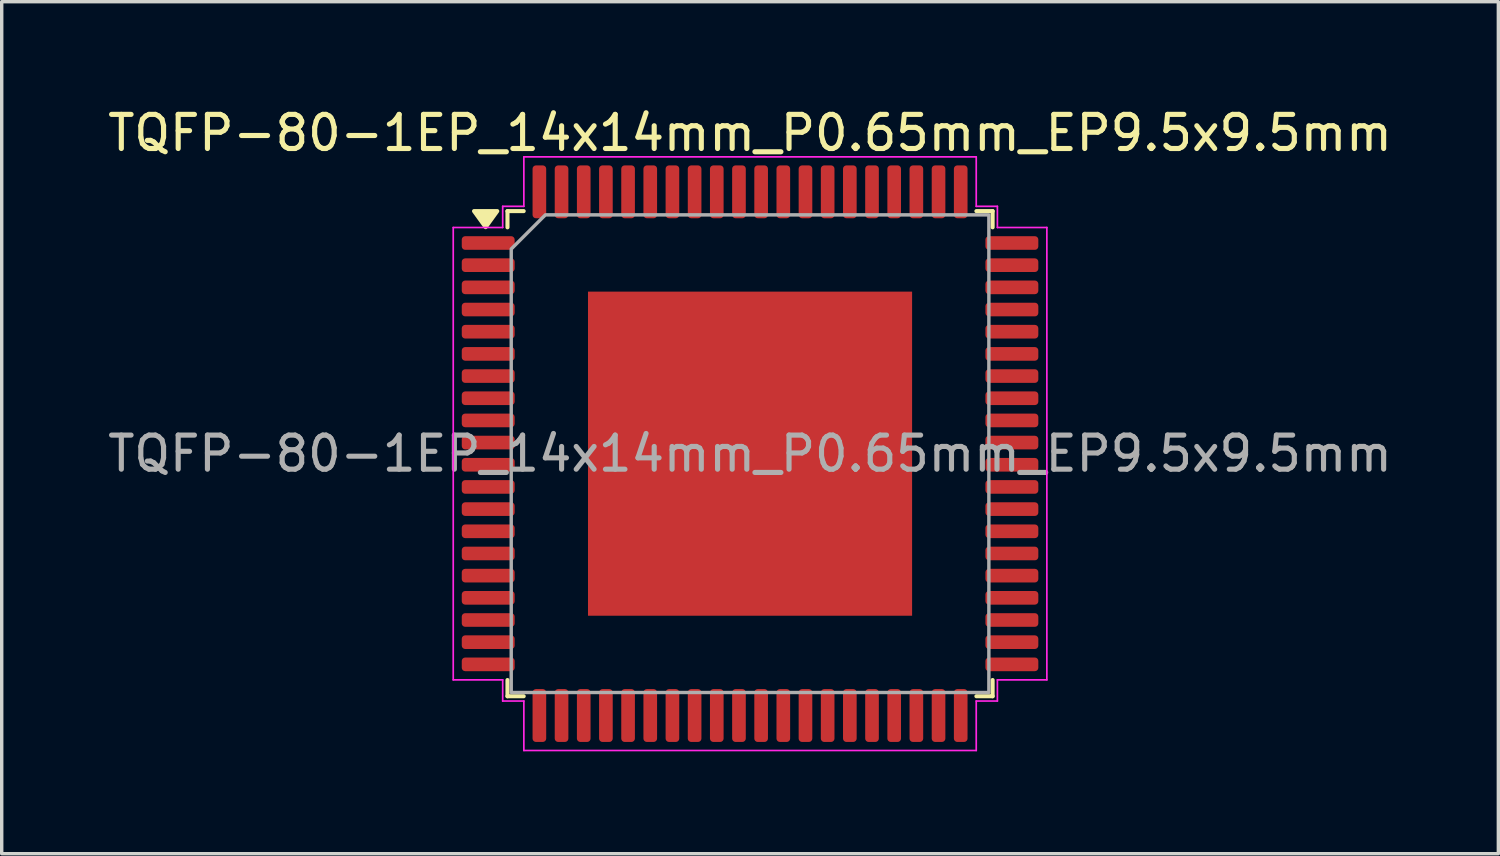
<source format=kicad_pcb>
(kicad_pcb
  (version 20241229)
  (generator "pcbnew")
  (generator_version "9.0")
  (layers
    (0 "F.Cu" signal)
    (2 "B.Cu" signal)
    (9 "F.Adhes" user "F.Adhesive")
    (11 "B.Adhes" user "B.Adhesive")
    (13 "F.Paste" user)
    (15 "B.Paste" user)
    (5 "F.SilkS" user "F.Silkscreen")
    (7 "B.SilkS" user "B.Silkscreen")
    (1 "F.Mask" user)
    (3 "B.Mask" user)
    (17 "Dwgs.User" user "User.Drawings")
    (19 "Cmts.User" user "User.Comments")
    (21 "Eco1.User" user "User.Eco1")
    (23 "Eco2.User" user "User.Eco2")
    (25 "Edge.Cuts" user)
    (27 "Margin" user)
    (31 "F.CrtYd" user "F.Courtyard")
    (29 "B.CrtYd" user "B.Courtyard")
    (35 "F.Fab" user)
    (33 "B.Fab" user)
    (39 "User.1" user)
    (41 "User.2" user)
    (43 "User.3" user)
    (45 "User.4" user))
  (footprint "TQFP-80-1EP_14x14mm_P0.65mm_EP9.5x9.5mm"
    (layer "F.Cu")
    (at 18.935 10.248)
    (property "Reference" "TQFP-80-1EP_14x14mm_P0.65mm_EP9.5x9.5mm" (at 0 -9.4 0) (layer "F.SilkS") (effects (font (size 1 1) (thickness 0.15))))
    (attr smd)
    (fp_line (start -7.11 -7.11) (end -6.635 -7.11) (stroke (width 0.12) (type solid)) (layer "F.SilkS"))
    (fp_line (start -7.11 -6.635) (end -7.11 -7.11) (stroke (width 0.12) (type solid)) (layer "F.SilkS"))
    (fp_line (start -7.11 7.11) (end -7.11 6.635) (stroke (width 0.12) (type solid)) (layer "F.SilkS"))
    (fp_line (start -6.635 7.11) (end -7.11 7.11) (stroke (width 0.12) (type solid)) (layer "F.SilkS"))
    (fp_line (start 6.635 -7.11) (end 7.11 -7.11) (stroke (width 0.12) (type solid)) (layer "F.SilkS"))
    (fp_line (start 7.11 -7.11) (end 7.11 -6.635) (stroke (width 0.12) (type solid)) (layer "F.SilkS"))
    (fp_line (start 7.11 6.635) (end 7.11 7.11) (stroke (width 0.12) (type solid)) (layer "F.SilkS"))
    (fp_line (start 7.11 7.11) (end 6.635 7.11) (stroke (width 0.12) (type solid)) (layer "F.SilkS"))
    (fp_poly (pts (xy -7.75 -6.64) (xy -8.09 -7.11) (xy -7.41 -7.11)) (stroke (width 0.12) (type solid)) (fill yes) (layer "F.SilkS"))
    (fp_line (start -8.7 -6.63) (end -7.25 -6.63) (stroke (width 0.05) (type solid)) (layer "F.CrtYd"))
    (fp_line (start -8.7 6.63) (end -8.7 -6.63) (stroke (width 0.05) (type solid)) (layer "F.CrtYd"))
    (fp_line (start -7.25 -7.25) (end -6.63 -7.25) (stroke (width 0.05) (type solid)) (layer "F.CrtYd"))
    (fp_line (start -7.25 -6.63) (end -7.25 -7.25) (stroke (width 0.05) (type solid)) (layer "F.CrtYd"))
    (fp_line (start -7.25 6.63) (end -8.7 6.63) (stroke (width 0.05) (type solid)) (layer "F.CrtYd"))
    (fp_line (start -7.25 7.25) (end -7.25 6.63) (stroke (width 0.05) (type solid)) (layer "F.CrtYd"))
    (fp_line (start -6.63 -8.7) (end 6.63 -8.7) (stroke (width 0.05) (type solid)) (layer "F.CrtYd"))
    (fp_line (start -6.63 -7.25) (end -6.63 -8.7) (stroke (width 0.05) (type solid)) (layer "F.CrtYd"))
    (fp_line (start -6.63 7.25) (end -7.25 7.25) (stroke (width 0.05) (type solid)) (layer "F.CrtYd"))
    (fp_line (start -6.63 8.7) (end -6.63 7.25) (stroke (width 0.05) (type solid)) (layer "F.CrtYd"))
    (fp_line (start 6.63 -8.7) (end 6.63 -7.25) (stroke (width 0.05) (type solid)) (layer "F.CrtYd"))
    (fp_line (start 6.63 -7.25) (end 7.25 -7.25) (stroke (width 0.05) (type solid)) (layer "F.CrtYd"))
    (fp_line (start 6.63 7.25) (end 6.63 8.7) (stroke (width 0.05) (type solid)) (layer "F.CrtYd"))
    (fp_line (start 6.63 8.7) (end -6.63 8.7) (stroke (width 0.05) (type solid)) (layer "F.CrtYd"))
    (fp_line (start 7.25 -7.25) (end 7.25 -6.63) (stroke (width 0.05) (type solid)) (layer "F.CrtYd"))
    (fp_line (start 7.25 -6.63) (end 8.7 -6.63) (stroke (width 0.05) (type solid)) (layer "F.CrtYd"))
    (fp_line (start 7.25 6.63) (end 7.25 7.25) (stroke (width 0.05) (type solid)) (layer "F.CrtYd"))
    (fp_line (start 7.25 7.25) (end 6.63 7.25) (stroke (width 0.05) (type solid)) (layer "F.CrtYd"))
    (fp_line (start 8.7 -6.63) (end 8.7 6.63) (stroke (width 0.05) (type solid)) (layer "F.CrtYd"))
    (fp_line (start 8.7 6.63) (end 7.25 6.63) (stroke (width 0.05) (type solid)) (layer "F.CrtYd"))
    (fp_poly (pts (xy -7 -6) (xy -7 7) (xy 7 7) (xy 7 -7) (xy -6 -7)) (stroke (width 0.1) (type solid)) (fill no) (layer "F.Fab"))
    (fp_text user "${REFERENCE}" (at 0 0 0) (layer "F.Fab") (effects (font (size 1 1) (thickness 0.15))))
    (pad "" smd roundrect (at -3.95 -3.95) (size 1.28 1.28) (layers "F.Paste") (roundrect_rratio 0.195))
    (pad "" smd roundrect (at -3.95 -2.37) (size 1.28 1.28) (layers "F.Paste") (roundrect_rratio 0.195))
    (pad "" smd roundrect (at -3.95 -0.79) (size 1.28 1.28) (layers "F.Paste") (roundrect_rratio 0.195))
    (pad "" smd roundrect (at -3.95 0.79) (size 1.28 1.28) (layers "F.Paste") (roundrect_rratio 0.195))
    (pad "" smd roundrect (at -3.95 2.37) (size 1.28 1.28) (layers "F.Paste") (roundrect_rratio 0.195))
    (pad "" smd roundrect (at -3.95 3.95) (size 1.28 1.28) (layers "F.Paste") (roundrect_rratio 0.195))
    (pad "" smd roundrect (at -2.37 -3.95) (size 1.28 1.28) (layers "F.Paste") (roundrect_rratio 0.195))
    (pad "" smd roundrect (at -2.37 -2.37) (size 1.28 1.28) (layers "F.Paste") (roundrect_rratio 0.195))
    (pad "" smd roundrect (at -2.37 -0.79) (size 1.28 1.28) (layers "F.Paste") (roundrect_rratio 0.195))
    (pad "" smd roundrect (at -2.37 0.79) (size 1.28 1.28) (layers "F.Paste") (roundrect_rratio 0.195))
    (pad "" smd roundrect (at -2.37 2.37) (size 1.28 1.28) (layers "F.Paste") (roundrect_rratio 0.195))
    (pad "" smd roundrect (at -2.37 3.95) (size 1.28 1.28) (layers "F.Paste") (roundrect_rratio 0.195))
    (pad "" smd roundrect (at -0.79 -3.95) (size 1.28 1.28) (layers "F.Paste") (roundrect_rratio 0.195))
    (pad "" smd roundrect (at -0.79 -2.37) (size 1.28 1.28) (layers "F.Paste") (roundrect_rratio 0.195))
    (pad "" smd roundrect (at -0.79 -0.79) (size 1.28 1.28) (layers "F.Paste") (roundrect_rratio 0.195))
    (pad "" smd roundrect (at -0.79 0.79) (size 1.28 1.28) (layers "F.Paste") (roundrect_rratio 0.195))
    (pad "" smd roundrect (at -0.79 2.37) (size 1.28 1.28) (layers "F.Paste") (roundrect_rratio 0.195))
    (pad "" smd roundrect (at -0.79 3.95) (size 1.28 1.28) (layers "F.Paste") (roundrect_rratio 0.195))
    (pad "" smd roundrect (at 0.79 -3.95) (size 1.28 1.28) (layers "F.Paste") (roundrect_rratio 0.195))
    (pad "" smd roundrect (at 0.79 -2.37) (size 1.28 1.28) (layers "F.Paste") (roundrect_rratio 0.195))
    (pad "" smd roundrect (at 0.79 -0.79) (size 1.28 1.28) (layers "F.Paste") (roundrect_rratio 0.195))
    (pad "" smd roundrect (at 0.79 0.79) (size 1.28 1.28) (layers "F.Paste") (roundrect_rratio 0.195))
    (pad "" smd roundrect (at 0.79 2.37) (size 1.28 1.28) (layers "F.Paste") (roundrect_rratio 0.195))
    (pad "" smd roundrect (at 0.79 3.95) (size 1.28 1.28) (layers "F.Paste") (roundrect_rratio 0.195))
    (pad "" smd roundrect (at 2.37 -3.95) (size 1.28 1.28) (layers "F.Paste") (roundrect_rratio 0.195))
    (pad "" smd roundrect (at 2.37 -2.37) (size 1.28 1.28) (layers "F.Paste") (roundrect_rratio 0.195))
    (pad "" smd roundrect (at 2.37 -0.79) (size 1.28 1.28) (layers "F.Paste") (roundrect_rratio 0.195))
    (pad "" smd roundrect (at 2.37 0.79) (size 1.28 1.28) (layers "F.Paste") (roundrect_rratio 0.195))
    (pad "" smd roundrect (at 2.37 2.37) (size 1.28 1.28) (layers "F.Paste") (roundrect_rratio 0.195))
    (pad "" smd roundrect (at 2.37 3.95) (size 1.28 1.28) (layers "F.Paste") (roundrect_rratio 0.195))
    (pad "" smd roundrect (at 3.95 -3.95) (size 1.28 1.28) (layers "F.Paste") (roundrect_rratio 0.195))
    (pad "" smd roundrect (at 3.95 -2.37) (size 1.28 1.28) (layers "F.Paste") (roundrect_rratio 0.195))
    (pad "" smd roundrect (at 3.95 -0.79) (size 1.28 1.28) (layers "F.Paste") (roundrect_rratio 0.195))
    (pad "" smd roundrect (at 3.95 0.79) (size 1.28 1.28) (layers "F.Paste") (roundrect_rratio 0.195))
    (pad "" smd roundrect (at 3.95 2.37) (size 1.28 1.28) (layers "F.Paste") (roundrect_rratio 0.195))
    (pad "" smd roundrect (at 3.95 3.95) (size 1.28 1.28) (layers "F.Paste") (roundrect_rratio 0.195))
    (pad "1" smd roundrect (at -7.675 -6.175) (size 1.55 0.4) (layers "F.Cu" "F.Mask" "F.Paste") (roundrect_rratio 0.25))
    (pad "2" smd roundrect (at -7.675 -5.525) (size 1.55 0.4) (layers "F.Cu" "F.Mask" "F.Paste") (roundrect_rratio 0.25))
    (pad "3" smd roundrect (at -7.675 -4.875) (size 1.55 0.4) (layers "F.Cu" "F.Mask" "F.Paste") (roundrect_rratio 0.25))
    (pad "4" smd roundrect (at -7.675 -4.225) (size 1.55 0.4) (layers "F.Cu" "F.Mask" "F.Paste") (roundrect_rratio 0.25))
    (pad "5" smd roundrect (at -7.675 -3.575) (size 1.55 0.4) (layers "F.Cu" "F.Mask" "F.Paste") (roundrect_rratio 0.25))
    (pad "6" smd roundrect (at -7.675 -2.925) (size 1.55 0.4) (layers "F.Cu" "F.Mask" "F.Paste") (roundrect_rratio 0.25))
    (pad "7" smd roundrect (at -7.675 -2.275) (size 1.55 0.4) (layers "F.Cu" "F.Mask" "F.Paste") (roundrect_rratio 0.25))
    (pad "8" smd roundrect (at -7.675 -1.625) (size 1.55 0.4) (layers "F.Cu" "F.Mask" "F.Paste") (roundrect_rratio 0.25))
    (pad "9" smd roundrect (at -7.675 -0.975) (size 1.55 0.4) (layers "F.Cu" "F.Mask" "F.Paste") (roundrect_rratio 0.25))
    (pad "10" smd roundrect (at -7.675 -0.325) (size 1.55 0.4) (layers "F.Cu" "F.Mask" "F.Paste") (roundrect_rratio 0.25))
    (pad "11" smd roundrect (at -7.675 0.325) (size 1.55 0.4) (layers "F.Cu" "F.Mask" "F.Paste") (roundrect_rratio 0.25))
    (pad "12" smd roundrect (at -7.675 0.975) (size 1.55 0.4) (layers "F.Cu" "F.Mask" "F.Paste") (roundrect_rratio 0.25))
    (pad "13" smd roundrect (at -7.675 1.625) (size 1.55 0.4) (layers "F.Cu" "F.Mask" "F.Paste") (roundrect_rratio 0.25))
    (pad "14" smd roundrect (at -7.675 2.275) (size 1.55 0.4) (layers "F.Cu" "F.Mask" "F.Paste") (roundrect_rratio 0.25))
    (pad "15" smd roundrect (at -7.675 2.925) (size 1.55 0.4) (layers "F.Cu" "F.Mask" "F.Paste") (roundrect_rratio 0.25))
    (pad "16" smd roundrect (at -7.675 3.575) (size 1.55 0.4) (layers "F.Cu" "F.Mask" "F.Paste") (roundrect_rratio 0.25))
    (pad "17" smd roundrect (at -7.675 4.225) (size 1.55 0.4) (layers "F.Cu" "F.Mask" "F.Paste") (roundrect_rratio 0.25))
    (pad "18" smd roundrect (at -7.675 4.875) (size 1.55 0.4) (layers "F.Cu" "F.Mask" "F.Paste") (roundrect_rratio 0.25))
    (pad "19" smd roundrect (at -7.675 5.525) (size 1.55 0.4) (layers "F.Cu" "F.Mask" "F.Paste") (roundrect_rratio 0.25))
    (pad "20" smd roundrect (at -7.675 6.175) (size 1.55 0.4) (layers "F.Cu" "F.Mask" "F.Paste") (roundrect_rratio 0.25))
    (pad "21" smd roundrect (at -6.175 7.675) (size 0.4 1.55) (layers "F.Cu" "F.Mask" "F.Paste") (roundrect_rratio 0.25))
    (pad "22" smd roundrect (at -5.525 7.675) (size 0.4 1.55) (layers "F.Cu" "F.Mask" "F.Paste") (roundrect_rratio 0.25))
    (pad "23" smd roundrect (at -4.875 7.675) (size 0.4 1.55) (layers "F.Cu" "F.Mask" "F.Paste") (roundrect_rratio 0.25))
    (pad "24" smd roundrect (at -4.225 7.675) (size 0.4 1.55) (layers "F.Cu" "F.Mask" "F.Paste") (roundrect_rratio 0.25))
    (pad "25" smd roundrect (at -3.575 7.675) (size 0.4 1.55) (layers "F.Cu" "F.Mask" "F.Paste") (roundrect_rratio 0.25))
    (pad "26" smd roundrect (at -2.925 7.675) (size 0.4 1.55) (layers "F.Cu" "F.Mask" "F.Paste") (roundrect_rratio 0.25))
    (pad "27" smd roundrect (at -2.275 7.675) (size 0.4 1.55) (layers "F.Cu" "F.Mask" "F.Paste") (roundrect_rratio 0.25))
    (pad "28" smd roundrect (at -1.625 7.675) (size 0.4 1.55) (layers "F.Cu" "F.Mask" "F.Paste") (roundrect_rratio 0.25))
    (pad "29" smd roundrect (at -0.975 7.675) (size 0.4 1.55) (layers "F.Cu" "F.Mask" "F.Paste") (roundrect_rratio 0.25))
    (pad "30" smd roundrect (at -0.325 7.675) (size 0.4 1.55) (layers "F.Cu" "F.Mask" "F.Paste") (roundrect_rratio 0.25))
    (pad "31" smd roundrect (at 0.325 7.675) (size 0.4 1.55) (layers "F.Cu" "F.Mask" "F.Paste") (roundrect_rratio 0.25))
    (pad "32" smd roundrect (at 0.975 7.675) (size 0.4 1.55) (layers "F.Cu" "F.Mask" "F.Paste") (roundrect_rratio 0.25))
    (pad "33" smd roundrect (at 1.625 7.675) (size 0.4 1.55) (layers "F.Cu" "F.Mask" "F.Paste") (roundrect_rratio 0.25))
    (pad "34" smd roundrect (at 2.275 7.675) (size 0.4 1.55) (layers "F.Cu" "F.Mask" "F.Paste") (roundrect_rratio 0.25))
    (pad "35" smd roundrect (at 2.925 7.675) (size 0.4 1.55) (layers "F.Cu" "F.Mask" "F.Paste") (roundrect_rratio 0.25))
    (pad "36" smd roundrect (at 3.575 7.675) (size 0.4 1.55) (layers "F.Cu" "F.Mask" "F.Paste") (roundrect_rratio 0.25))
    (pad "37" smd roundrect (at 4.225 7.675) (size 0.4 1.55) (layers "F.Cu" "F.Mask" "F.Paste") (roundrect_rratio 0.25))
    (pad "38" smd roundrect (at 4.875 7.675) (size 0.4 1.55) (layers "F.Cu" "F.Mask" "F.Paste") (roundrect_rratio 0.25))
    (pad "39" smd roundrect (at 5.525 7.675) (size 0.4 1.55) (layers "F.Cu" "F.Mask" "F.Paste") (roundrect_rratio 0.25))
    (pad "40" smd roundrect (at 6.175 7.675) (size 0.4 1.55) (layers "F.Cu" "F.Mask" "F.Paste") (roundrect_rratio 0.25))
    (pad "41" smd roundrect (at 7.675 6.175) (size 1.55 0.4) (layers "F.Cu" "F.Mask" "F.Paste") (roundrect_rratio 0.25))
    (pad "42" smd roundrect (at 7.675 5.525) (size 1.55 0.4) (layers "F.Cu" "F.Mask" "F.Paste") (roundrect_rratio 0.25))
    (pad "43" smd roundrect (at 7.675 4.875) (size 1.55 0.4) (layers "F.Cu" "F.Mask" "F.Paste") (roundrect_rratio 0.25))
    (pad "44" smd roundrect (at 7.675 4.225) (size 1.55 0.4) (layers "F.Cu" "F.Mask" "F.Paste") (roundrect_rratio 0.25))
    (pad "45" smd roundrect (at 7.675 3.575) (size 1.55 0.4) (layers "F.Cu" "F.Mask" "F.Paste") (roundrect_rratio 0.25))
    (pad "46" smd roundrect (at 7.675 2.925) (size 1.55 0.4) (layers "F.Cu" "F.Mask" "F.Paste") (roundrect_rratio 0.25))
    (pad "47" smd roundrect (at 7.675 2.275) (size 1.55 0.4) (layers "F.Cu" "F.Mask" "F.Paste") (roundrect_rratio 0.25))
    (pad "48" smd roundrect (at 7.675 1.625) (size 1.55 0.4) (layers "F.Cu" "F.Mask" "F.Paste") (roundrect_rratio 0.25))
    (pad "49" smd roundrect (at 7.675 0.975) (size 1.55 0.4) (layers "F.Cu" "F.Mask" "F.Paste") (roundrect_rratio 0.25))
    (pad "50" smd roundrect (at 7.675 0.325) (size 1.55 0.4) (layers "F.Cu" "F.Mask" "F.Paste") (roundrect_rratio 0.25))
    (pad "51" smd roundrect (at 7.675 -0.325) (size 1.55 0.4) (layers "F.Cu" "F.Mask" "F.Paste") (roundrect_rratio 0.25))
    (pad "52" smd roundrect (at 7.675 -0.975) (size 1.55 0.4) (layers "F.Cu" "F.Mask" "F.Paste") (roundrect_rratio 0.25))
    (pad "53" smd roundrect (at 7.675 -1.625) (size 1.55 0.4) (layers "F.Cu" "F.Mask" "F.Paste") (roundrect_rratio 0.25))
    (pad "54" smd roundrect (at 7.675 -2.275) (size 1.55 0.4) (layers "F.Cu" "F.Mask" "F.Paste") (roundrect_rratio 0.25))
    (pad "55" smd roundrect (at 7.675 -2.925) (size 1.55 0.4) (layers "F.Cu" "F.Mask" "F.Paste") (roundrect_rratio 0.25))
    (pad "56" smd roundrect (at 7.675 -3.575) (size 1.55 0.4) (layers "F.Cu" "F.Mask" "F.Paste") (roundrect_rratio 0.25))
    (pad "57" smd roundrect (at 7.675 -4.225) (size 1.55 0.4) (layers "F.Cu" "F.Mask" "F.Paste") (roundrect_rratio 0.25))
    (pad "58" smd roundrect (at 7.675 -4.875) (size 1.55 0.4) (layers "F.Cu" "F.Mask" "F.Paste") (roundrect_rratio 0.25))
    (pad "59" smd roundrect (at 7.675 -5.525) (size 1.55 0.4) (layers "F.Cu" "F.Mask" "F.Paste") (roundrect_rratio 0.25))
    (pad "60" smd roundrect (at 7.675 -6.175) (size 1.55 0.4) (layers "F.Cu" "F.Mask" "F.Paste") (roundrect_rratio 0.25))
    (pad "61" smd roundrect (at 6.175 -7.675) (size 0.4 1.55) (layers "F.Cu" "F.Mask" "F.Paste") (roundrect_rratio 0.25))
    (pad "62" smd roundrect (at 5.525 -7.675) (size 0.4 1.55) (layers "F.Cu" "F.Mask" "F.Paste") (roundrect_rratio 0.25))
    (pad "63" smd roundrect (at 4.875 -7.675) (size 0.4 1.55) (layers "F.Cu" "F.Mask" "F.Paste") (roundrect_rratio 0.25))
    (pad "64" smd roundrect (at 4.225 -7.675) (size 0.4 1.55) (layers "F.Cu" "F.Mask" "F.Paste") (roundrect_rratio 0.25))
    (pad "65" smd roundrect (at 3.575 -7.675) (size 0.4 1.55) (layers "F.Cu" "F.Mask" "F.Paste") (roundrect_rratio 0.25))
    (pad "66" smd roundrect (at 2.925 -7.675) (size 0.4 1.55) (layers "F.Cu" "F.Mask" "F.Paste") (roundrect_rratio 0.25))
    (pad "67" smd roundrect (at 2.275 -7.675) (size 0.4 1.55) (layers "F.Cu" "F.Mask" "F.Paste") (roundrect_rratio 0.25))
    (pad "68" smd roundrect (at 1.625 -7.675) (size 0.4 1.55) (layers "F.Cu" "F.Mask" "F.Paste") (roundrect_rratio 0.25))
    (pad "69" smd roundrect (at 0.975 -7.675) (size 0.4 1.55) (layers "F.Cu" "F.Mask" "F.Paste") (roundrect_rratio 0.25))
    (pad "70" smd roundrect (at 0.325 -7.675) (size 0.4 1.55) (layers "F.Cu" "F.Mask" "F.Paste") (roundrect_rratio 0.25))
    (pad "71" smd roundrect (at -0.325 -7.675) (size 0.4 1.55) (layers "F.Cu" "F.Mask" "F.Paste") (roundrect_rratio 0.25))
    (pad "72" smd roundrect (at -0.975 -7.675) (size 0.4 1.55) (layers "F.Cu" "F.Mask" "F.Paste") (roundrect_rratio 0.25))
    (pad "73" smd roundrect (at -1.625 -7.675) (size 0.4 1.55) (layers "F.Cu" "F.Mask" "F.Paste") (roundrect_rratio 0.25))
    (pad "74" smd roundrect (at -2.275 -7.675) (size 0.4 1.55) (layers "F.Cu" "F.Mask" "F.Paste") (roundrect_rratio 0.25))
    (pad "75" smd roundrect (at -2.925 -7.675) (size 0.4 1.55) (layers "F.Cu" "F.Mask" "F.Paste") (roundrect_rratio 0.25))
    (pad "76" smd roundrect (at -3.575 -7.675) (size 0.4 1.55) (layers "F.Cu" "F.Mask" "F.Paste") (roundrect_rratio 0.25))
    (pad "77" smd roundrect (at -4.225 -7.675) (size 0.4 1.55) (layers "F.Cu" "F.Mask" "F.Paste") (roundrect_rratio 0.25))
    (pad "78" smd roundrect (at -4.875 -7.675) (size 0.4 1.55) (layers "F.Cu" "F.Mask" "F.Paste") (roundrect_rratio 0.25))
    (pad "79" smd roundrect (at -5.525 -7.675) (size 0.4 1.55) (layers "F.Cu" "F.Mask" "F.Paste") (roundrect_rratio 0.25))
    (pad "80" smd roundrect (at -6.175 -7.675) (size 0.4 1.55) (layers "F.Cu" "F.Mask" "F.Paste") (roundrect_rratio 0.25))
    (pad "81" smd rect (at 0 0) (size 9.5 9.5) (property pad_prop_heatsink) (layers "F.Cu" "F.Mask")))
  (gr_rect
    (start -3 -3)
    (end 40.869 21.973)
    (stroke (width 0.1) (type default))
    (fill no)
    (layer "Edge.Cuts")))
</source>
